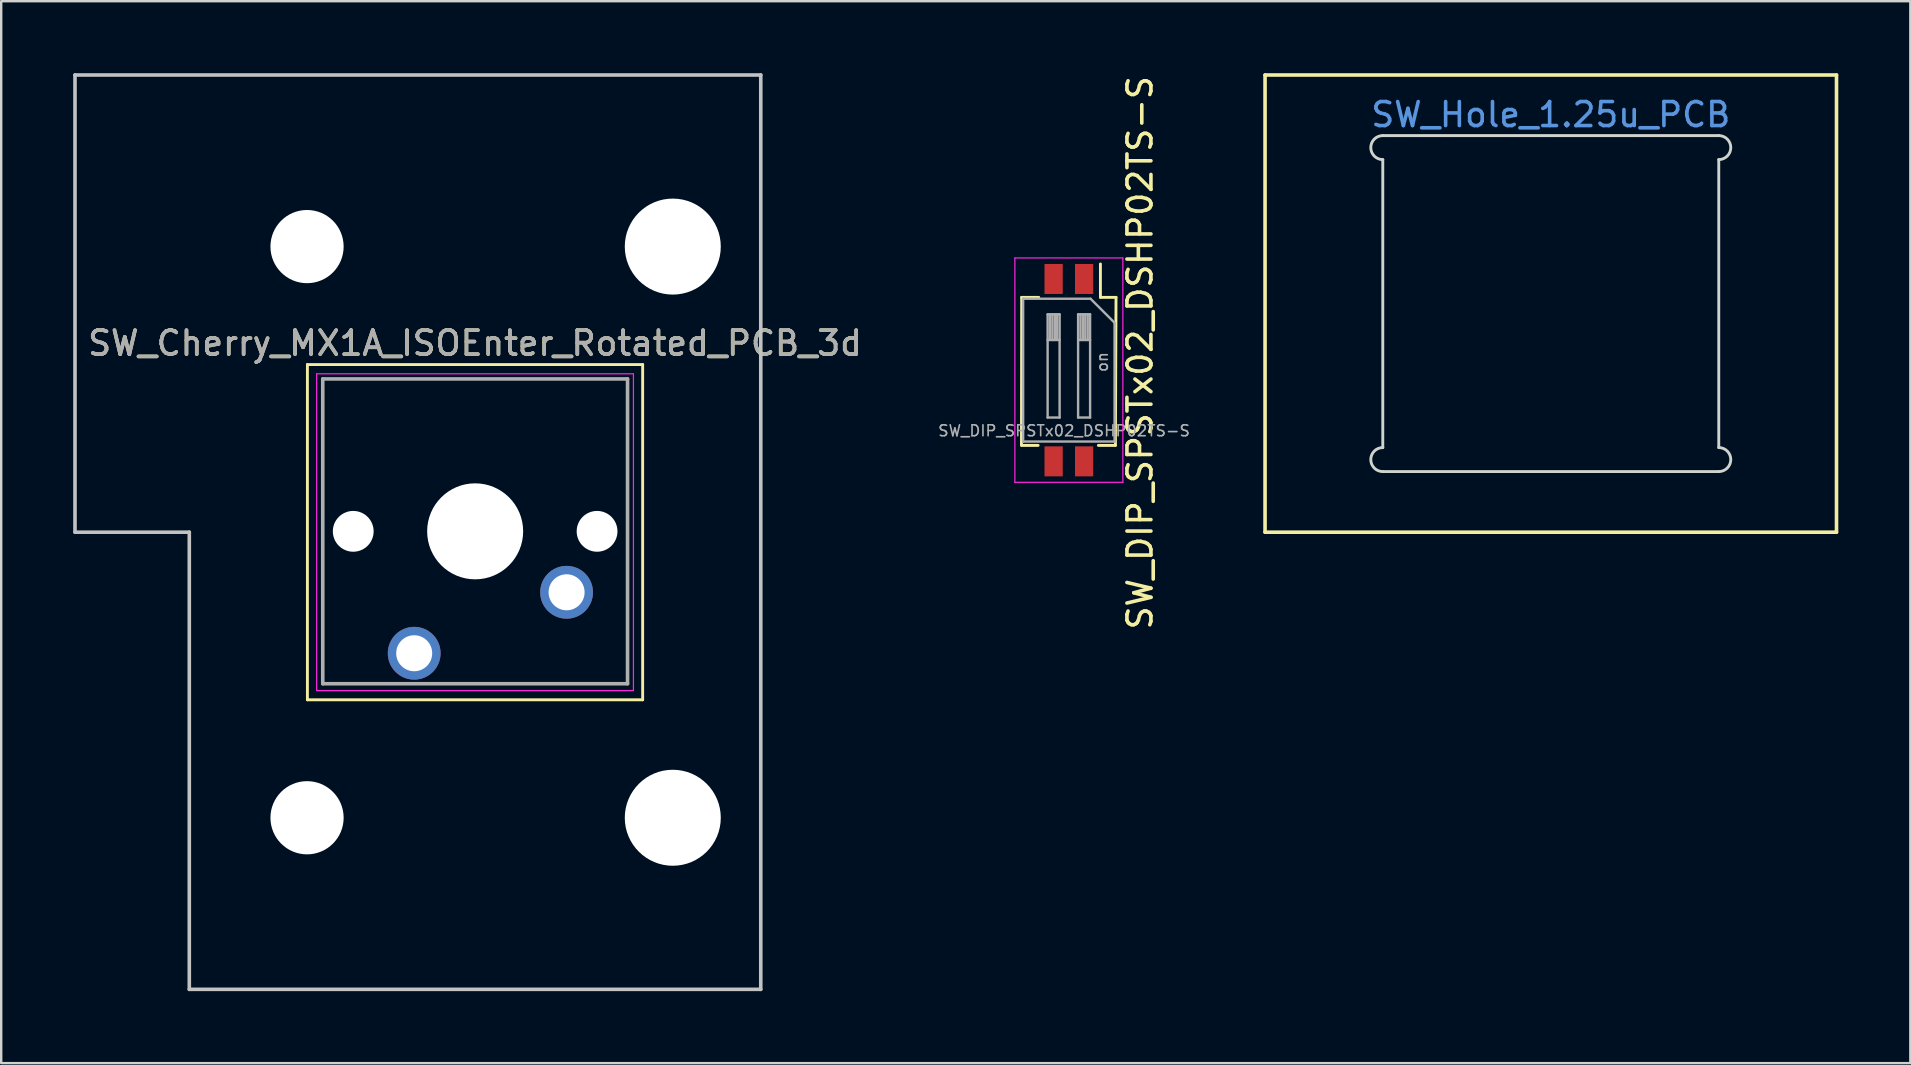
<source format=kicad_pcb>
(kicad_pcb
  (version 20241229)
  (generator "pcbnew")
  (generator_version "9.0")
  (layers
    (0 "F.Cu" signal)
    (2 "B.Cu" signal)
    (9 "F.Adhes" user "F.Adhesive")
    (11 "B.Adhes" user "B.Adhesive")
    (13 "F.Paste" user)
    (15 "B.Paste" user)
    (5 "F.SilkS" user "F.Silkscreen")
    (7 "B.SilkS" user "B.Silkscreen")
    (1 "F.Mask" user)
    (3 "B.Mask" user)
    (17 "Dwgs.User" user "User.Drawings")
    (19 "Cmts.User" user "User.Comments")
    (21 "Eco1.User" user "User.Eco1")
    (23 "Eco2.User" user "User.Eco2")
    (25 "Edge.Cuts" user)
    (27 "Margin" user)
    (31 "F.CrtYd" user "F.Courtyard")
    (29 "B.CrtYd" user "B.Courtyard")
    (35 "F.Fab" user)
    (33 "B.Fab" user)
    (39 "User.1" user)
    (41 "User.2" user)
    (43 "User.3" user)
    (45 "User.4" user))
  (footprint "SW_Cherry_MX1A_ISOEnter_Rotated_PCB_3d"
    (layer "F.Cu")
    (at 19.284 14.045)
    (property "Reference" "SW_Cherry_MX1A_ISOEnter_Rotated_PCB_3d" (at -2.54 -2.794 0) (layer "F.SilkS") (effects (font (size 1 1) (thickness 0.15))))
    (attr through_hole)
    (fp_line (start -9.525 -1.905) (end 4.445 -1.905) (stroke (width 0.12) (type solid)) (layer "F.SilkS"))
    (fp_line (start -9.525 12.065) (end -9.525 -1.905) (stroke (width 0.12) (type solid)) (layer "F.SilkS"))
    (fp_line (start 4.445 -1.905) (end 4.445 12.065) (stroke (width 0.12) (type solid)) (layer "F.SilkS"))
    (fp_line (start 4.445 12.065) (end -9.525 12.065) (stroke (width 0.12) (type solid)) (layer "F.SilkS"))
    (fp_line (start -19.209 -13.97) (end 9.366 -13.97) (stroke (width 0.15) (type solid)) (layer "Dwgs.User"))
    (fp_line (start -19.209 5.08) (end -19.209 -13.97) (stroke (width 0.15) (type solid)) (layer "Dwgs.User"))
    (fp_line (start -14.446 5.08) (end -19.209 5.08) (stroke (width 0.15) (type solid)) (layer "Dwgs.User"))
    (fp_line (start -14.446 24.13) (end -14.446 5.08) (stroke (width 0.15) (type solid)) (layer "Dwgs.User"))
    (fp_line (start 9.366 -13.97) (end 9.366 24.13) (stroke (width 0.15) (type solid)) (layer "Dwgs.User"))
    (fp_line (start 9.366 24.13) (end -14.446 24.13) (stroke (width 0.15) (type solid)) (layer "Dwgs.User"))
    (fp_line (start -9.14 -1.52) (end 4.06 -1.52) (stroke (width 0.05) (type solid)) (layer "F.CrtYd"))
    (fp_line (start -9.14 11.68) (end -9.14 -1.52) (stroke (width 0.05) (type solid)) (layer "F.CrtYd"))
    (fp_line (start 4.06 -1.52) (end 4.06 11.68) (stroke (width 0.05) (type solid)) (layer "F.CrtYd"))
    (fp_line (start 4.06 11.68) (end -9.14 11.68) (stroke (width 0.05) (type solid)) (layer "F.CrtYd"))
    (fp_line (start -8.885 -1.305) (end 3.815 -1.305) (stroke (width 0.15) (type solid)) (layer "F.Fab"))
    (fp_line (start -8.885 11.395) (end -8.885 -1.305) (stroke (width 0.15) (type solid)) (layer "F.Fab"))
    (fp_line (start 3.815 -1.305) (end 3.815 11.395) (stroke (width 0.15) (type solid)) (layer "F.Fab"))
    (fp_line (start 3.815 11.395) (end -8.885 11.395) (stroke (width 0.15) (type solid)) (layer "F.Fab"))
    (fp_text user "${REFERENCE}" (at -2.54 -2.794 0) (layer "F.Fab") (effects (font (size 1 1) (thickness 0.15))))
    (pad "" np_thru_hole circle (at -9.54 -6.82) (size 3.05 3.05) (drill 3.05) (layers "*.Cu" "*.Mask"))
    (pad "" np_thru_hole circle (at -9.54 16.98) (size 3.05 3.05) (drill 3.05) (layers "*.Cu" "*.Mask"))
    (pad "" np_thru_hole circle (at -7.615 5.045 180) (size 1.7 1.7) (drill 1.7) (layers "*.Cu" "*.Mask"))
    (pad "" np_thru_hole circle (at -2.535 5.045 180) (size 4 4) (drill 4) (layers "*.Cu" "*.Mask"))
    (pad "" np_thru_hole circle (at 2.545 5.045 180) (size 1.7 1.7) (drill 1.7) (layers "*.Cu" "*.Mask"))
    (pad "" np_thru_hole circle (at 5.7 -6.82) (size 4 4) (drill 4) (layers "*.Cu" "*.Mask"))
    (pad "" np_thru_hole circle (at 5.7 16.98) (size 4 4) (drill 4) (layers "*.Cu" "*.Mask"))
    (pad "1" thru_hole circle (at -5.075 10.125 180) (size 2.2 2.2) (drill 1.5) (layers "*.Cu" "*.Mask"))
    (pad "2" thru_hole circle (at 1.275 7.585 180) (size 2.2 2.2) (drill 1.5) (layers "*.Cu" "*.Mask")))
  (footprint "SW_Hole_1.25u_PCB"
    (layer "F.Cu")
    (at 61.569 9.6)
    (property "Reference" "SW_Hole_1.25u_PCB" (at 0 -7.874 0) (layer "Cmts.User") (effects (font (size 1 1) (thickness 0.15))))
    (attr through_hole)
    (fp_line (start -11.906 -9.525) (end 11.906 -9.525) (stroke (width 0.15) (type solid)) (layer "F.SilkS"))
    (fp_line (start -11.906 9.525) (end -11.906 -9.525) (stroke (width 0.15) (type solid)) (layer "F.SilkS"))
    (fp_line (start 11.906 -9.525) (end 11.906 9.525) (stroke (width 0.15) (type solid)) (layer "F.SilkS"))
    (fp_line (start 11.906 9.525) (end -11.906 9.525) (stroke (width 0.15) (type solid)) (layer "F.SilkS"))
    (fp_line (start -7 -7) (end 7 -7) (stroke (width 0.12) (type solid)) (layer "Edge.Cuts"))
    (fp_line (start -7 -6) (end -7 6) (stroke (width 0.12) (type solid)) (layer "Edge.Cuts"))
    (fp_line (start -7 7) (end 7 7) (stroke (width 0.12) (type solid)) (layer "Edge.Cuts"))
    (fp_line (start 7 -6) (end 7 6) (stroke (width 0.12) (type solid)) (layer "Edge.Cuts"))
    (fp_arc (start -7 -6) (mid -7.5 -6.5) (end -7 -7) (stroke (width 0.12) (type solid)) (layer "Edge.Cuts"))
    (fp_arc (start -7 7) (mid -7.5 6.5) (end -7 6) (stroke (width 0.12) (type solid)) (layer "Edge.Cuts"))
    (fp_arc (start 7 -7) (mid 7.5 -6.5) (end 7 -6) (stroke (width 0.12) (type solid)) (layer "Edge.Cuts"))
    (fp_arc (start 7 6) (mid 7.5 6.5) (end 7 7) (stroke (width 0.12) (type solid)) (layer "Edge.Cuts")))
  (footprint "SW_DIP_SPSTx02_DSHP02TS-S"
    (layer "F.Cu")
    (at 41.488 11.474)
    (property "Reference" "SW_DIP_SPSTx02_DSHP02TS-S" (at 2.965 0.175 270) (layer "F.SilkS") (effects (font (size 1 1) (thickness 0.15))))
    (attr smd)
    (fp_line (start -1.965 -2.134) (end -1.975 4.025) (stroke (width 0.12) (type solid)) (layer "F.SilkS"))
    (fp_line (start -1.28 4.035) (end -1.975 4.035) (stroke (width 0.12) (type solid)) (layer "F.SilkS"))
    (fp_line (start -1.255 -2.134) (end -1.965 -2.134) (stroke (width 0.12) (type solid)) (layer "F.SilkS"))
    (fp_line (start 1.315 -3.525) (end 1.315 -2.134) (stroke (width 0.12) (type solid)) (layer "F.SilkS"))
    (fp_line (start 1.94 4.035) (end 1.23 4.035) (stroke (width 0.12) (type solid)) (layer "F.SilkS"))
    (fp_line (start 1.965 -2.134) (end 1.315 -2.134) (stroke (width 0.12) (type solid)) (layer "F.SilkS"))
    (fp_line (start 1.965 -2.134) (end 1.94 4.035) (stroke (width 0.12) (type solid)) (layer "F.SilkS"))
    (fp_line (start -2.25 -3.775) (end -2.25 5.575) (stroke (width 0.05) (type solid)) (layer "F.CrtYd"))
    (fp_line (start -2.25 5.575) (end 2.25 5.575) (stroke (width 0.05) (type solid)) (layer "F.CrtYd"))
    (fp_line (start 2.25 -3.775) (end -2.25 -3.775) (stroke (width 0.05) (type solid)) (layer "F.CrtYd"))
    (fp_line (start 2.25 5.575) (end 2.25 -3.775) (stroke (width 0.05) (type solid)) (layer "F.CrtYd"))
    (fp_line (start -1.905 -2.075) (end 0.905 -2.075) (stroke (width 0.1) (type solid)) (layer "F.Fab"))
    (fp_line (start -1.905 3.875) (end -1.905 -2.075) (stroke (width 0.1) (type solid)) (layer "F.Fab"))
    (fp_line (start -0.885 -1.425) (end -0.885 2.875) (stroke (width 0.1) (type solid)) (layer "F.Fab"))
    (fp_line (start -0.885 2.875) (end -0.385 2.875) (stroke (width 0.1) (type solid)) (layer "F.Fab"))
    (fp_line (start -0.785 -1.425) (end -0.785 -0.358) (stroke (width 0.1) (type solid)) (layer "F.Fab"))
    (fp_line (start -0.685 -1.425) (end -0.685 -0.358) (stroke (width 0.1) (type solid)) (layer "F.Fab"))
    (fp_line (start -0.585 -1.425) (end -0.585 -0.358) (stroke (width 0.1) (type solid)) (layer "F.Fab"))
    (fp_line (start -0.485 -1.425) (end -0.485 -0.358) (stroke (width 0.1) (type solid)) (layer "F.Fab"))
    (fp_line (start -0.385 -1.425) (end -0.885 -1.425) (stroke (width 0.1) (type solid)) (layer "F.Fab"))
    (fp_line (start -0.385 -0.358) (end -0.885 -0.358) (stroke (width 0.1) (type solid)) (layer "F.Fab"))
    (fp_line (start -0.385 2.875) (end -0.385 -1.425) (stroke (width 0.1) (type solid)) (layer "F.Fab"))
    (fp_line (start 0.385 -1.425) (end 0.385 2.875) (stroke (width 0.1) (type solid)) (layer "F.Fab"))
    (fp_line (start 0.385 2.875) (end 0.885 2.875) (stroke (width 0.1) (type solid)) (layer "F.Fab"))
    (fp_line (start 0.485 -1.425) (end 0.485 -0.358) (stroke (width 0.1) (type solid)) (layer "F.Fab"))
    (fp_line (start 0.585 -1.425) (end 0.585 -0.358) (stroke (width 0.1) (type solid)) (layer "F.Fab"))
    (fp_line (start 0.685 -1.425) (end 0.685 -0.358) (stroke (width 0.1) (type solid)) (layer "F.Fab"))
    (fp_line (start 0.785 -1.425) (end 0.785 -0.358) (stroke (width 0.1) (type solid)) (layer "F.Fab"))
    (fp_line (start 0.885 -1.425) (end 0.385 -1.425) (stroke (width 0.1) (type solid)) (layer "F.Fab"))
    (fp_line (start 0.885 -0.358) (end 0.385 -0.358) (stroke (width 0.1) (type solid)) (layer "F.Fab"))
    (fp_line (start 0.885 2.875) (end 0.885 -1.425) (stroke (width 0.1) (type solid)) (layer "F.Fab"))
    (fp_line (start 0.905 -2.075) (end 1.905 -1.075) (stroke (width 0.1) (type solid)) (layer "F.Fab"))
    (fp_line (start 1.905 -1.075) (end 1.905 3.875) (stroke (width 0.1) (type solid)) (layer "F.Fab"))
    (fp_line (start 1.905 3.875) (end -1.905 3.875) (stroke (width 0.1) (type solid)) (layer "F.Fab"))
    (fp_text user "${REFERENCE}" (at -0.2 3.425 0) (layer "F.Fab") (effects (font (size 0.455 0.455) (thickness 0.068))))
    (fp_text user "on" (at 1.395 0.562 270) (layer "F.Fab") (effects (font (size 0.455 0.455) (thickness 0.068))))
    (pad "1" smd rect (at 0.635 -2.9 270) (size 1.25 0.76) (layers "F.Cu" "F.Mask" "F.Paste"))
    (pad "2" smd rect (at -0.635 -2.9 270) (size 1.25 0.76) (layers "F.Cu" "F.Mask" "F.Paste"))
    (pad "3" smd rect (at -0.635 4.7 270) (size 1.25 0.76) (layers "F.Cu" "F.Mask" "F.Paste"))
    (pad "4" smd rect (at 0.635 4.7 270) (size 1.25 0.76) (layers "F.Cu" "F.Mask" "F.Paste")))
  (gr_rect
    (start -3 -3)
    (end 76.551 41.25)
    (stroke (width 0.1) (type default))
    (fill no)
    (layer "Edge.Cuts")))
</source>
